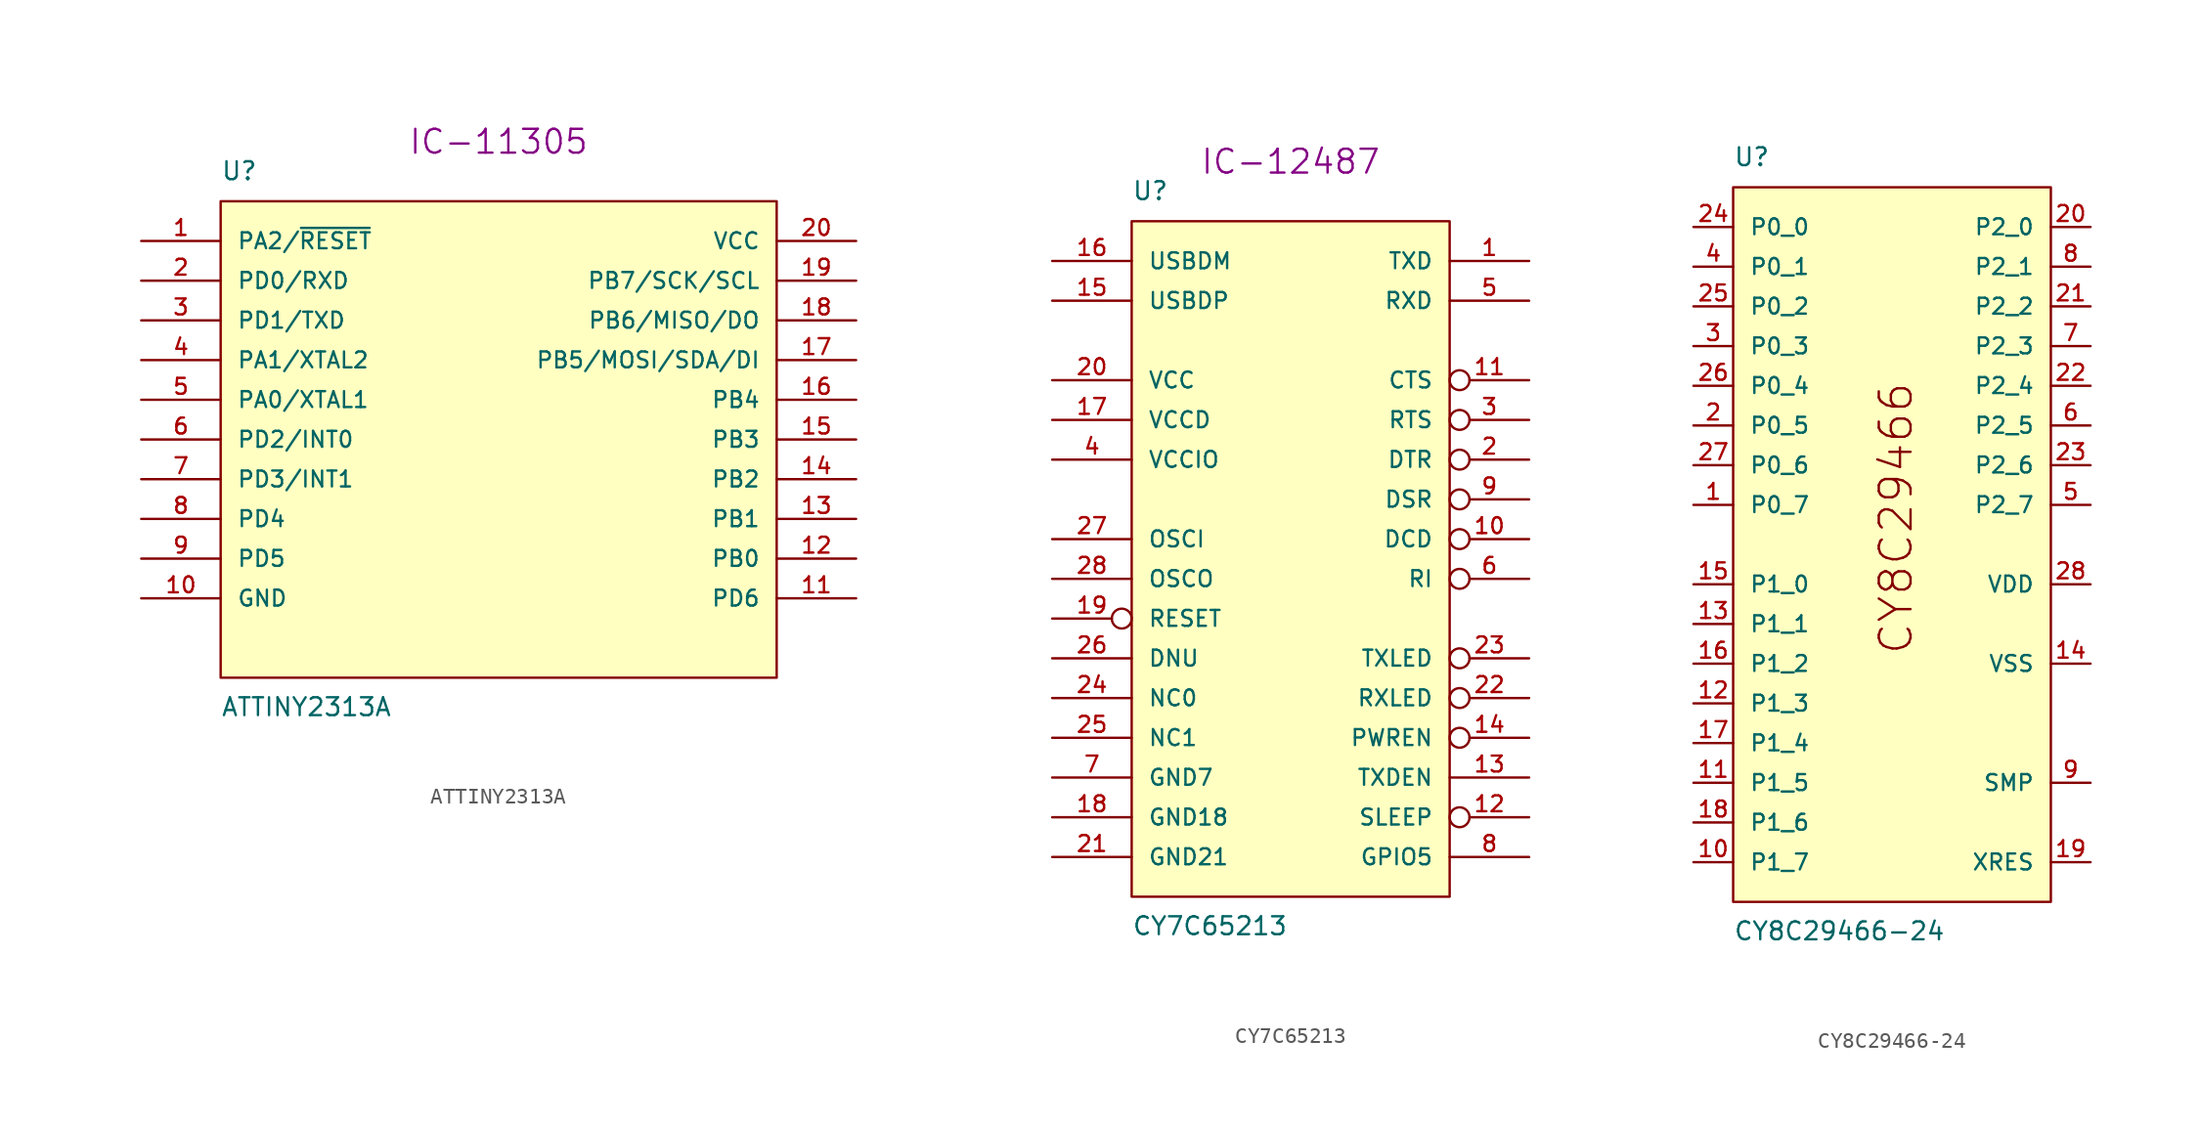
<source format=kicad_sym>
(kicad_symbol_lib
  (version 20220914)
  (generator kicad_symbol_editor)
  (symbol "ATTINY2313A"
    (pin_names
      (offset 1.016))
    (property "Reference" "U"
      (at -17.78 16.51 0)
      (effects (font (size 1.143 1.143)) (justify left bottom)))
    (property "Value" "ATTINY2313A"
      (at -17.78 -17.78 0)
      (effects (font (size 1.143 1.143)) (justify left bottom)))
    (property "Field4" "IC-11305"
      (at 0 19.05 0)
      (effects (font (size 1.524 1.524))))
    (property "ki_locked" ""
      (at 0 0 0)
      (effects (font (size 1.27 1.27))))
    (symbol "ATTINY2313A_1_1"
      (polyline (pts (xy -17.78 15.24) (xy -17.78 -15.24) (xy 17.78 -15.24) (xy 17.78 15.24) (xy -17.78 15.24)) (stroke (width 0) (type solid)) (fill (type background)))
      (pin bidirectional line (at -22.86 12.7 0) (length 5.08) (name "PA2/~{RESET}" (effects (font (size 1.016 1.016)))) (number "1" (effects (font (size 1.016 1.016)))))
      (pin bidirectional line (at -22.86 -10.16 0) (length 5.08) (name "GND" (effects (font (size 1.016 1.016)))) (number "10" (effects (font (size 1.016 1.016)))))
      (pin bidirectional line (at 22.86 -10.16 180) (length 5.08) (name "PD6" (effects (font (size 1.016 1.016)))) (number "11" (effects (font (size 1.016 1.016)))))
      (pin bidirectional line (at 22.86 -7.62 180) (length 5.08) (name "PB0" (effects (font (size 1.016 1.016)))) (number "12" (effects (font (size 1.016 1.016)))))
      (pin bidirectional line (at 22.86 -5.08 180) (length 5.08) (name "PB1" (effects (font (size 1.016 1.016)))) (number "13" (effects (font (size 1.016 1.016)))))
      (pin bidirectional line (at 22.86 -2.54 180) (length 5.08) (name "PB2" (effects (font (size 1.016 1.016)))) (number "14" (effects (font (size 1.016 1.016)))))
      (pin bidirectional line (at 22.86 0 180) (length 5.08) (name "PB3" (effects (font (size 1.016 1.016)))) (number "15" (effects (font (size 1.016 1.016)))))
      (pin bidirectional line (at 22.86 2.54 180) (length 5.08) (name "PB4" (effects (font (size 1.016 1.016)))) (number "16" (effects (font (size 1.016 1.016)))))
      (pin bidirectional line (at 22.86 5.08 180) (length 5.08) (name "PB5/MOSI/SDA/DI" (effects (font (size 1.016 1.016)))) (number "17" (effects (font (size 1.016 1.016)))))
      (pin bidirectional line (at 22.86 7.62 180) (length 5.08) (name "PB6/MISO/DO" (effects (font (size 1.016 1.016)))) (number "18" (effects (font (size 1.016 1.016)))))
      (pin bidirectional line (at 22.86 10.16 180) (length 5.08) (name "PB7/SCK/SCL" (effects (font (size 1.016 1.016)))) (number "19" (effects (font (size 1.016 1.016)))))
      (pin bidirectional line (at -22.86 10.16 0) (length 5.08) (name "PD0/RXD" (effects (font (size 1.016 1.016)))) (number "2" (effects (font (size 1.016 1.016)))))
      (pin bidirectional line (at 22.86 12.7 180) (length 5.08) (name "VCC" (effects (font (size 1.016 1.016)))) (number "20" (effects (font (size 1.016 1.016)))))
      (pin bidirectional line (at -22.86 7.62 0) (length 5.08) (name "PD1/TXD" (effects (font (size 1.016 1.016)))) (number "3" (effects (font (size 1.016 1.016)))))
      (pin bidirectional line (at -22.86 5.08 0) (length 5.08) (name "PA1/XTAL2" (effects (font (size 1.016 1.016)))) (number "4" (effects (font (size 1.016 1.016)))))
      (pin bidirectional line (at -22.86 2.54 0) (length 5.08) (name "PA0/XTAL1" (effects (font (size 1.016 1.016)))) (number "5" (effects (font (size 1.016 1.016)))))
      (pin bidirectional line (at -22.86 0 0) (length 5.08) (name "PD2/INT0" (effects (font (size 1.016 1.016)))) (number "6" (effects (font (size 1.016 1.016)))))
      (pin bidirectional line (at -22.86 -2.54 0) (length 5.08) (name "PD3/INT1" (effects (font (size 1.016 1.016)))) (number "7" (effects (font (size 1.016 1.016)))))
      (pin bidirectional line (at -22.86 -5.08 0) (length 5.08) (name "PD4" (effects (font (size 1.016 1.016)))) (number "8" (effects (font (size 1.016 1.016)))))
      (pin bidirectional line (at -22.86 -7.62 0) (length 5.08) (name "PD5" (effects (font (size 1.016 1.016)))) (number "9" (effects (font (size 1.016 1.016)))))))
  (symbol "CY7C65213"
    (pin_names
      (offset 1.016))
    (property "Reference" "U"
      (at -10.16 22.86 0)
      (effects (font (size 1.143 1.143)) (justify left bottom)))
    (property "Value" "CY7C65213"
      (at -10.16 -24.13 0)
      (effects (font (size 1.143 1.143)) (justify left bottom)))
    (property "Field4" "IC-12487"
      (at 0 25.4 0)
      (effects (font (size 1.524 1.524))))
    (property "ki_locked" ""
      (at 0 0 0)
      (effects (font (size 1.27 1.27))))
    (symbol "CY7C65213_1_1"
      (polyline (pts (xy -10.16 21.59) (xy 10.16 21.59) (xy 10.16 -21.59) (xy -10.16 -21.59) (xy -10.16 21.59)) (stroke (width 0) (type solid)) (fill (type background)))
      (pin output line (at 15.24 19.05 180) (length 5.08) (name "TXD" (effects (font (size 1.016 1.016)))) (number "1" (effects (font (size 1.016 1.016)))))
      (pin input inverted (at 15.24 1.27 180) (length 5.08) (name "DCD" (effects (font (size 1.016 1.016)))) (number "10" (effects (font (size 1.016 1.016)))))
      (pin input inverted (at 15.24 11.43 180) (length 5.08) (name "CTS" (effects (font (size 1.016 1.016)))) (number "11" (effects (font (size 1.016 1.016)))))
      (pin input inverted (at 15.24 -16.51 180) (length 5.08) (name "SLEEP" (effects (font (size 1.016 1.016)))) (number "12" (effects (font (size 1.016 1.016)))))
      (pin input line (at 15.24 -13.97 180) (length 5.08) (name "TXDEN" (effects (font (size 1.016 1.016)))) (number "13" (effects (font (size 1.016 1.016)))))
      (pin input inverted (at 15.24 -11.43 180) (length 5.08) (name "PWREN" (effects (font (size 1.016 1.016)))) (number "14" (effects (font (size 1.016 1.016)))))
      (pin bidirectional line (at -15.24 16.51 0) (length 5.08) (name "USBDP" (effects (font (size 1.016 1.016)))) (number "15" (effects (font (size 1.016 1.016)))))
      (pin bidirectional line (at -15.24 19.05 0) (length 5.08) (name "USBDM" (effects (font (size 1.016 1.016)))) (number "16" (effects (font (size 1.016 1.016)))))
      (pin output line (at -15.24 8.89 0) (length 5.08) (name "VCCD" (effects (font (size 1.016 1.016)))) (number "17" (effects (font (size 1.016 1.016)))))
      (pin power_in line (at -15.24 -16.51 0) (length 5.08) (name "GND18" (effects (font (size 1.016 1.016)))) (number "18" (effects (font (size 1.016 1.016)))))
      (pin input inverted (at -15.24 -3.81 0) (length 5.08) (name "RESET" (effects (font (size 1.016 1.016)))) (number "19" (effects (font (size 1.016 1.016)))))
      (pin output inverted (at 15.24 6.35 180) (length 5.08) (name "DTR" (effects (font (size 1.016 1.016)))) (number "2" (effects (font (size 1.016 1.016)))))
      (pin power_in line (at -15.24 11.43 0) (length 5.08) (name "VCC" (effects (font (size 1.016 1.016)))) (number "20" (effects (font (size 1.016 1.016)))))
      (pin power_in line (at -15.24 -19.05 0) (length 5.08) (name "GND21" (effects (font (size 1.016 1.016)))) (number "21" (effects (font (size 1.016 1.016)))))
      (pin input inverted (at 15.24 -8.89 180) (length 5.08) (name "RXLED" (effects (font (size 1.016 1.016)))) (number "22" (effects (font (size 1.016 1.016)))))
      (pin input inverted (at 15.24 -6.35 180) (length 5.08) (name "TXLED" (effects (font (size 1.016 1.016)))) (number "23" (effects (font (size 1.016 1.016)))))
      (pin input line (at -15.24 -8.89 0) (length 5.08) (name "NC0" (effects (font (size 1.016 1.016)))) (number "24" (effects (font (size 1.016 1.016)))))
      (pin power_in line (at -15.24 -11.43 0) (length 5.08) (name "NC1" (effects (font (size 1.016 1.016)))) (number "25" (effects (font (size 1.016 1.016)))))
      (pin input line (at -15.24 -6.35 0) (length 5.08) (name "DNU" (effects (font (size 1.016 1.016)))) (number "26" (effects (font (size 1.016 1.016)))))
      (pin input line (at -15.24 1.27 0) (length 5.08) (name "OSCI" (effects (font (size 1.016 1.016)))) (number "27" (effects (font (size 1.016 1.016)))))
      (pin output line (at -15.24 -1.27 0) (length 5.08) (name "OSCO" (effects (font (size 1.016 1.016)))) (number "28" (effects (font (size 1.016 1.016)))))
      (pin output inverted (at 15.24 8.89 180) (length 5.08) (name "RTS" (effects (font (size 1.016 1.016)))) (number "3" (effects (font (size 1.016 1.016)))))
      (pin power_in line (at -15.24 6.35 0) (length 5.08) (name "VCCIO" (effects (font (size 1.016 1.016)))) (number "4" (effects (font (size 1.016 1.016)))))
      (pin input line (at 15.24 16.51 180) (length 5.08) (name "RXD" (effects (font (size 1.016 1.016)))) (number "5" (effects (font (size 1.016 1.016)))))
      (pin input inverted (at 15.24 -1.27 180) (length 5.08) (name "RI" (effects (font (size 1.016 1.016)))) (number "6" (effects (font (size 1.016 1.016)))))
      (pin power_in line (at -15.24 -13.97 0) (length 5.08) (name "GND7" (effects (font (size 1.016 1.016)))) (number "7" (effects (font (size 1.016 1.016)))))
      (pin input line (at 15.24 -19.05 180) (length 5.08) (name "GPIO5" (effects (font (size 1.016 1.016)))) (number "8" (effects (font (size 1.016 1.016)))))
      (pin input inverted (at 15.24 3.81 180) (length 5.08) (name "DSR" (effects (font (size 1.016 1.016)))) (number "9" (effects (font (size 1.016 1.016)))))))
  (symbol "CY8C29466-24"
    (pin_names
      (offset 1.016))
    (property "Reference" "U"
      (at -10.16 24.13 0)
      (effects (font (size 1.143 1.143)) (justify left bottom)))
    (property "Value" "CY8C29466-24"
      (at -10.16 -25.4 0)
      (effects (font (size 1.143 1.143)) (justify left bottom)))
    (property "ki_locked" ""
      (at 0 0 0)
      (effects (font (size 1.27 1.27))))
    (symbol "CY8C29466-24_1_0"
      (text "CY8C29466" (at 0.254 1.676 900) (effects (font (size 2.032 2.032)))))
    (symbol "CY8C29466-24_1_1"
      (polyline (pts (xy -10.16 22.86) (xy 10.16 22.86) (xy 10.16 -22.86) (xy -10.16 -22.86) (xy -10.16 22.86)) (stroke (width 0) (type solid)) (fill (type background)))
      (pin bidirectional line (at -12.7 2.54 0) (length 2.54) (name "P0_7" (effects (font (size 1.016 1.016)))) (number "1" (effects (font (size 1.016 1.016)))))
      (pin bidirectional line (at -12.7 -20.32 0) (length 2.54) (name "P1_7" (effects (font (size 1.016 1.016)))) (number "10" (effects (font (size 1.016 1.016)))))
      (pin bidirectional line (at -12.7 -15.24 0) (length 2.54) (name "P1_5" (effects (font (size 1.016 1.016)))) (number "11" (effects (font (size 1.016 1.016)))))
      (pin bidirectional line (at -12.7 -10.16 0) (length 2.54) (name "P1_3" (effects (font (size 1.016 1.016)))) (number "12" (effects (font (size 1.016 1.016)))))
      (pin bidirectional line (at -12.7 -5.08 0) (length 2.54) (name "P1_1" (effects (font (size 1.016 1.016)))) (number "13" (effects (font (size 1.016 1.016)))))
      (pin power_in line (at 12.7 -7.62 180) (length 2.54) (name "VSS" (effects (font (size 1.016 1.016)))) (number "14" (effects (font (size 1.016 1.016)))))
      (pin bidirectional line (at -12.7 -2.54 0) (length 2.54) (name "P1_0" (effects (font (size 1.016 1.016)))) (number "15" (effects (font (size 1.016 1.016)))))
      (pin bidirectional line (at -12.7 -7.62 0) (length 2.54) (name "P1_2" (effects (font (size 1.016 1.016)))) (number "16" (effects (font (size 1.016 1.016)))))
      (pin bidirectional line (at -12.7 -12.7 0) (length 2.54) (name "P1_4" (effects (font (size 1.016 1.016)))) (number "17" (effects (font (size 1.016 1.016)))))
      (pin bidirectional line (at -12.7 -17.78 0) (length 2.54) (name "P1_6" (effects (font (size 1.016 1.016)))) (number "18" (effects (font (size 1.016 1.016)))))
      (pin bidirectional line (at 12.7 -20.32 180) (length 2.54) (name "XRES" (effects (font (size 1.016 1.016)))) (number "19" (effects (font (size 1.016 1.016)))))
      (pin bidirectional line (at -12.7 7.62 0) (length 2.54) (name "P0_5" (effects (font (size 1.016 1.016)))) (number "2" (effects (font (size 1.016 1.016)))))
      (pin bidirectional line (at 12.7 20.32 180) (length 2.54) (name "P2_0" (effects (font (size 1.016 1.016)))) (number "20" (effects (font (size 1.016 1.016)))))
      (pin bidirectional line (at 12.7 15.24 180) (length 2.54) (name "P2_2" (effects (font (size 1.016 1.016)))) (number "21" (effects (font (size 1.016 1.016)))))
      (pin bidirectional line (at 12.7 10.16 180) (length 2.54) (name "P2_4" (effects (font (size 1.016 1.016)))) (number "22" (effects (font (size 1.016 1.016)))))
      (pin bidirectional line (at 12.7 5.08 180) (length 2.54) (name "P2_6" (effects (font (size 1.016 1.016)))) (number "23" (effects (font (size 1.016 1.016)))))
      (pin bidirectional line (at -12.7 20.32 0) (length 2.54) (name "P0_0" (effects (font (size 1.016 1.016)))) (number "24" (effects (font (size 1.016 1.016)))))
      (pin bidirectional line (at -12.7 15.24 0) (length 2.54) (name "P0_2" (effects (font (size 1.016 1.016)))) (number "25" (effects (font (size 1.016 1.016)))))
      (pin bidirectional line (at -12.7 10.16 0) (length 2.54) (name "P0_4" (effects (font (size 1.016 1.016)))) (number "26" (effects (font (size 1.016 1.016)))))
      (pin bidirectional line (at -12.7 5.08 0) (length 2.54) (name "P0_6" (effects (font (size 1.016 1.016)))) (number "27" (effects (font (size 1.016 1.016)))))
      (pin power_in line (at 12.7 -2.54 180) (length 2.54) (name "VDD" (effects (font (size 1.016 1.016)))) (number "28" (effects (font (size 1.016 1.016)))))
      (pin bidirectional line (at -12.7 12.7 0) (length 2.54) (name "P0_3" (effects (font (size 1.016 1.016)))) (number "3" (effects (font (size 1.016 1.016)))))
      (pin bidirectional line (at -12.7 17.78 0) (length 2.54) (name "P0_1" (effects (font (size 1.016 1.016)))) (number "4" (effects (font (size 1.016 1.016)))))
      (pin bidirectional line (at 12.7 2.54 180) (length 2.54) (name "P2_7" (effects (font (size 1.016 1.016)))) (number "5" (effects (font (size 1.016 1.016)))))
      (pin bidirectional line (at 12.7 7.62 180) (length 2.54) (name "P2_5" (effects (font (size 1.016 1.016)))) (number "6" (effects (font (size 1.016 1.016)))))
      (pin bidirectional line (at 12.7 12.7 180) (length 2.54) (name "P2_3" (effects (font (size 1.016 1.016)))) (number "7" (effects (font (size 1.016 1.016)))))
      (pin bidirectional line (at 12.7 17.78 180) (length 2.54) (name "P2_1" (effects (font (size 1.016 1.016)))) (number "8" (effects (font (size 1.016 1.016)))))
      (pin bidirectional line (at 12.7 -15.24 180) (length 2.54) (name "SMP" (effects (font (size 1.016 1.016)))) (number "9" (effects (font (size 1.016 1.016))))))))
</source>
